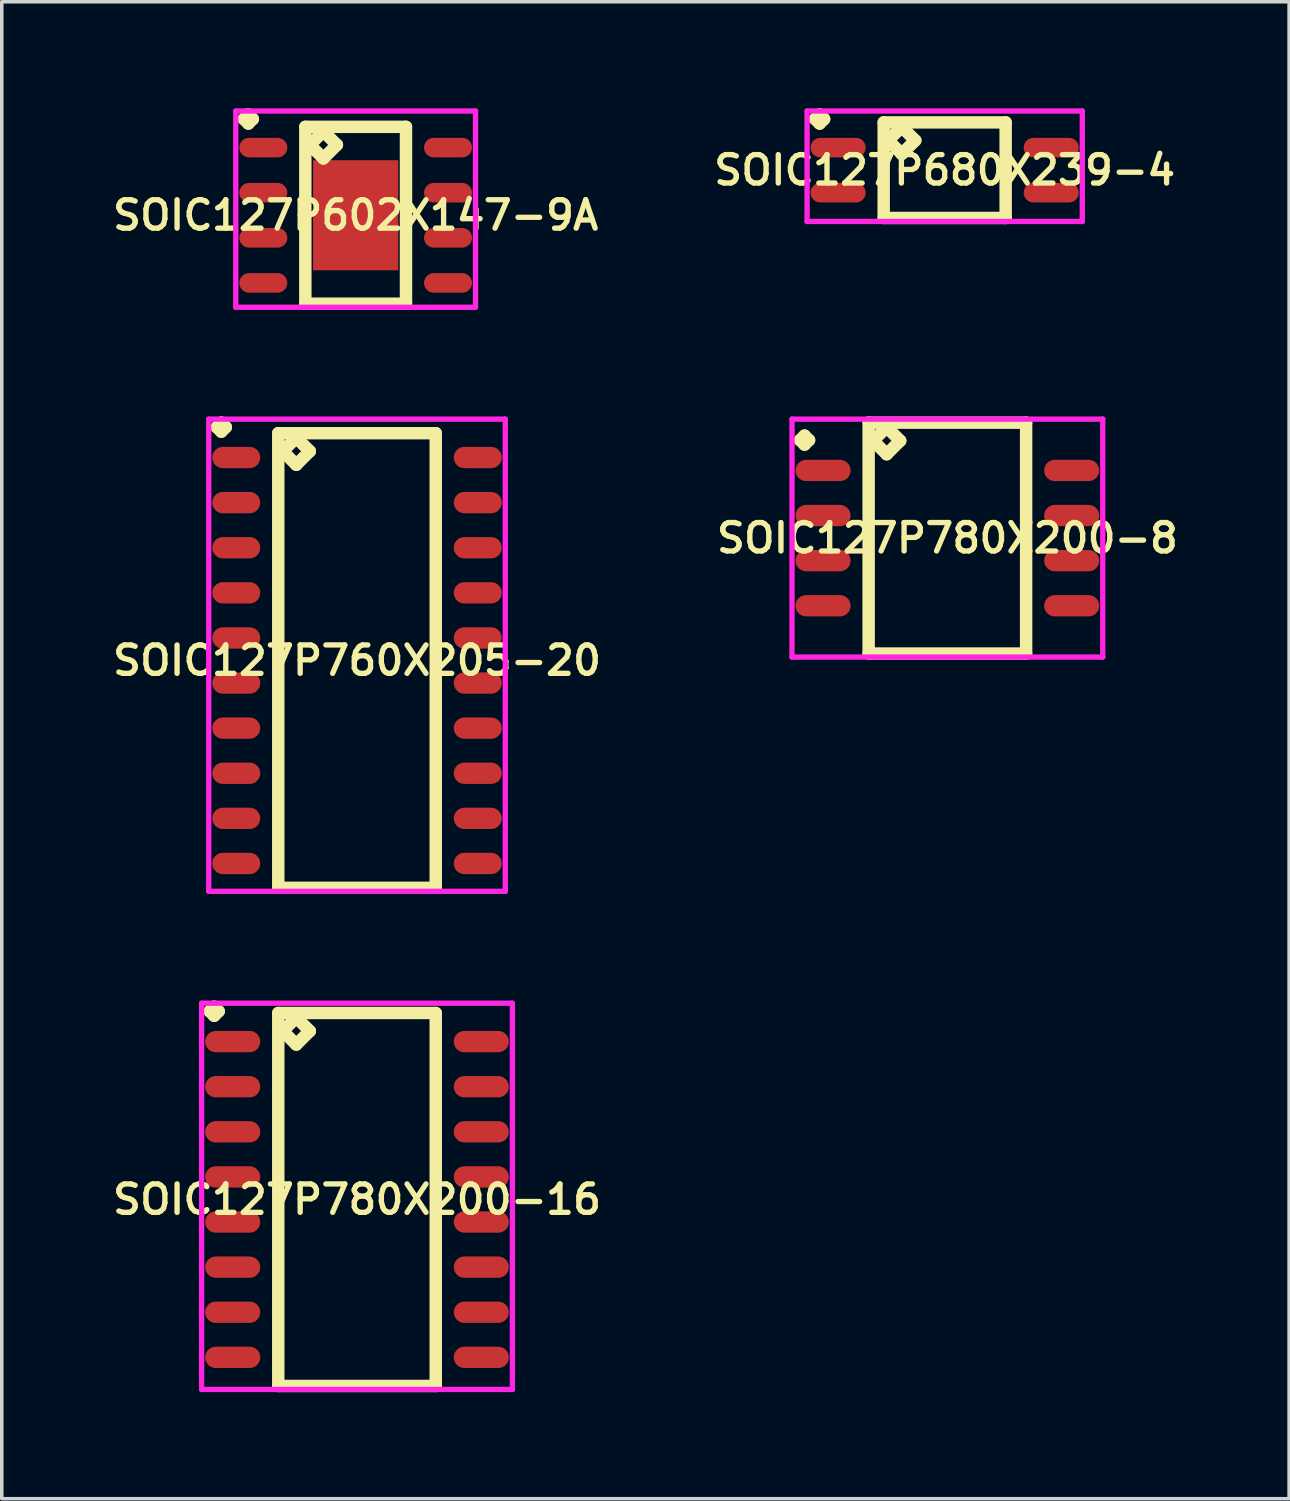
<source format=kicad_pcb>
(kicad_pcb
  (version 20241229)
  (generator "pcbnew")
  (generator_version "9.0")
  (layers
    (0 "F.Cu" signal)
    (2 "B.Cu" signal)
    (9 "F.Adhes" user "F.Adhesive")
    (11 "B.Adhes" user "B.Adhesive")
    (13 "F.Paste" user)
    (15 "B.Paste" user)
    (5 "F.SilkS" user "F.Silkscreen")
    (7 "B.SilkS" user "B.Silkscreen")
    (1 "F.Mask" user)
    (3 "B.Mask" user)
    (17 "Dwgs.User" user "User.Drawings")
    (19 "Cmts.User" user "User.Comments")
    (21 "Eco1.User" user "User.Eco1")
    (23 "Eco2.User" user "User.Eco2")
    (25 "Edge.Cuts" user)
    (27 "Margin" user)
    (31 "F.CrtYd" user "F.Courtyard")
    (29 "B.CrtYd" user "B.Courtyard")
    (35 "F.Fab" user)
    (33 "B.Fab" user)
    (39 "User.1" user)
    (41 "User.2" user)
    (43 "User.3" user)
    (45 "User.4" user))
  (footprint "SOIC127P602X147-9A"
    (layer "F.Cu")
    (at 6.964 3.011)
    (property "Reference" "SOIC127P602X147-9A" (at 0 0 0) (layer "F.SilkS") (effects (font (size 0.8 0.8) (thickness 0.15))))
    (attr through_hole)
    (fp_line (start -3.148 -2.709) (end -3.021 -2.836) (stroke (width 0.35) (type solid)) (layer "F.SilkS"))
    (fp_line (start -3.021 -2.836) (end -2.894 -2.709) (stroke (width 0.35) (type solid)) (layer "F.SilkS"))
    (fp_line (start -3.021 -2.582) (end -3.148 -2.709) (stroke (width 0.35) (type solid)) (layer "F.SilkS"))
    (fp_line (start -2.894 -2.709) (end -3.021 -2.582) (stroke (width 0.35) (type solid)) (layer "F.SilkS"))
    (fp_line (start -1.417 -2.49) (end -1.417 2.49) (stroke (width 0.35) (type solid)) (layer "F.SilkS"))
    (fp_line (start -1.417 2.49) (end 1.417 2.49) (stroke (width 0.35) (type solid)) (layer "F.SilkS"))
    (fp_line (start -1.29 -1.982) (end -0.909 -2.363) (stroke (width 0.35) (type solid)) (layer "F.SilkS"))
    (fp_line (start -0.909 -2.363) (end -0.528 -1.982) (stroke (width 0.35) (type solid)) (layer "F.SilkS"))
    (fp_line (start -0.909 -1.601) (end -1.29 -1.982) (stroke (width 0.35) (type solid)) (layer "F.SilkS"))
    (fp_line (start -0.528 -1.982) (end -0.909 -1.601) (stroke (width 0.35) (type solid)) (layer "F.SilkS"))
    (fp_line (start 1.417 -2.49) (end -1.417 -2.49) (stroke (width 0.35) (type solid)) (layer "F.SilkS"))
    (fp_line (start 1.417 2.49) (end 1.417 -2.49) (stroke (width 0.35) (type solid)) (layer "F.SilkS"))
    (fp_line (start -3.375 -2.936) (end 3.375 -2.936) (stroke (width 0.15) (type solid)) (layer "F.CrtYd"))
    (fp_line (start -3.375 2.59) (end -3.375 -2.936) (stroke (width 0.15) (type solid)) (layer "F.CrtYd"))
    (fp_line (start 3.375 -2.936) (end 3.375 2.59) (stroke (width 0.15) (type solid)) (layer "F.CrtYd"))
    (fp_line (start 3.375 2.59) (end -3.375 2.59) (stroke (width 0.15) (type solid)) (layer "F.CrtYd"))
    (pad "1" smd oval (at -2.6 -1.905) (size 1.35 0.55) (layers "F.Cu" "F.Mask" "F.Paste"))
    (pad "2" smd oval (at -2.6 -0.635) (size 1.35 0.55) (layers "F.Cu" "F.Mask" "F.Paste"))
    (pad "3" smd oval (at -2.6 0.635) (size 1.35 0.55) (layers "F.Cu" "F.Mask" "F.Paste"))
    (pad "4" smd oval (at -2.6 1.905) (size 1.35 0.55) (layers "F.Cu" "F.Mask" "F.Paste"))
    (pad "5" smd oval (at 2.6 1.905) (size 1.35 0.55) (layers "F.Cu" "F.Mask" "F.Paste"))
    (pad "6" smd oval (at 2.6 0.635) (size 1.35 0.55) (layers "F.Cu" "F.Mask" "F.Paste"))
    (pad "7" smd oval (at 2.6 -0.635) (size 1.35 0.55) (layers "F.Cu" "F.Mask" "F.Paste"))
    (pad "8" smd oval (at 2.6 -1.905) (size 1.35 0.55) (layers "F.Cu" "F.Mask" "F.Paste"))
    (pad "9" smd rect (at 0 0) (size 2.4 3.1) (layers "F.Cu" "F.Mask" "F.Paste")))
  (footprint "SOIC127P780X200-16"
    (layer "F.Cu")
    (at 7.002 30.723)
    (property "Reference" "SOIC127P780X200-16" (at 0 0 0) (layer "F.SilkS") (effects (font (size 0.8 0.8) (thickness 0.15))))
    (attr through_hole)
    (fp_line (start -4.148 -5.299) (end -4.021 -5.426) (stroke (width 0.35) (type solid)) (layer "F.SilkS"))
    (fp_line (start -4.021 -5.426) (end -3.894 -5.299) (stroke (width 0.35) (type solid)) (layer "F.SilkS"))
    (fp_line (start -4.021 -5.172) (end -4.148 -5.299) (stroke (width 0.35) (type solid)) (layer "F.SilkS"))
    (fp_line (start -3.894 -5.299) (end -4.021 -5.172) (stroke (width 0.35) (type solid)) (layer "F.SilkS"))
    (fp_line (start -2.217 -5.25) (end -2.217 5.25) (stroke (width 0.35) (type solid)) (layer "F.SilkS"))
    (fp_line (start -2.217 5.25) (end 2.217 5.25) (stroke (width 0.35) (type solid)) (layer "F.SilkS"))
    (fp_line (start -2.09 -4.742) (end -1.709 -5.123) (stroke (width 0.35) (type solid)) (layer "F.SilkS"))
    (fp_line (start -1.709 -5.123) (end -1.328 -4.742) (stroke (width 0.35) (type solid)) (layer "F.SilkS"))
    (fp_line (start -1.709 -4.361) (end -2.09 -4.742) (stroke (width 0.35) (type solid)) (layer "F.SilkS"))
    (fp_line (start -1.328 -4.742) (end -1.709 -4.361) (stroke (width 0.35) (type solid)) (layer "F.SilkS"))
    (fp_line (start 2.217 -5.25) (end -2.217 -5.25) (stroke (width 0.35) (type solid)) (layer "F.SilkS"))
    (fp_line (start 2.217 5.25) (end 2.217 -5.25) (stroke (width 0.35) (type solid)) (layer "F.SilkS"))
    (fp_line (start -4.375 -5.526) (end 4.375 -5.526) (stroke (width 0.15) (type solid)) (layer "F.CrtYd"))
    (fp_line (start -4.375 5.35) (end -4.375 -5.526) (stroke (width 0.15) (type solid)) (layer "F.CrtYd"))
    (fp_line (start 4.375 -5.526) (end 4.375 5.35) (stroke (width 0.15) (type solid)) (layer "F.CrtYd"))
    (fp_line (start 4.375 5.35) (end -4.375 5.35) (stroke (width 0.15) (type solid)) (layer "F.CrtYd"))
    (pad "1" smd oval (at -3.5 -4.445) (size 1.55 0.6) (layers "F.Cu" "F.Mask" "F.Paste"))
    (pad "2" smd oval (at -3.5 -3.175) (size 1.55 0.6) (layers "F.Cu" "F.Mask" "F.Paste"))
    (pad "3" smd oval (at -3.5 -1.905) (size 1.55 0.6) (layers "F.Cu" "F.Mask" "F.Paste"))
    (pad "4" smd oval (at -3.5 -0.635) (size 1.55 0.6) (layers "F.Cu" "F.Mask" "F.Paste"))
    (pad "5" smd oval (at -3.5 0.635) (size 1.55 0.6) (layers "F.Cu" "F.Mask" "F.Paste"))
    (pad "6" smd oval (at -3.5 1.905) (size 1.55 0.6) (layers "F.Cu" "F.Mask" "F.Paste"))
    (pad "7" smd oval (at -3.5 3.175) (size 1.55 0.6) (layers "F.Cu" "F.Mask" "F.Paste"))
    (pad "8" smd oval (at -3.5 4.445) (size 1.55 0.6) (layers "F.Cu" "F.Mask" "F.Paste"))
    (pad "9" smd oval (at 3.5 4.445) (size 1.55 0.6) (layers "F.Cu" "F.Mask" "F.Paste"))
    (pad "10" smd oval (at 3.5 3.175) (size 1.55 0.6) (layers "F.Cu" "F.Mask" "F.Paste"))
    (pad "11" smd oval (at 3.5 1.905) (size 1.55 0.6) (layers "F.Cu" "F.Mask" "F.Paste"))
    (pad "12" smd oval (at 3.5 0.635) (size 1.55 0.6) (layers "F.Cu" "F.Mask" "F.Paste"))
    (pad "13" smd oval (at 3.5 -0.635) (size 1.55 0.6) (layers "F.Cu" "F.Mask" "F.Paste"))
    (pad "14" smd oval (at 3.5 -1.905) (size 1.55 0.6) (layers "F.Cu" "F.Mask" "F.Paste"))
    (pad "15" smd oval (at 3.5 -3.175) (size 1.55 0.6) (layers "F.Cu" "F.Mask" "F.Paste"))
    (pad "16" smd oval (at 3.5 -4.445) (size 1.55 0.6) (layers "F.Cu" "F.Mask" "F.Paste")))
  (footprint "SOIC127P780X200-8"
    (layer "F.Cu")
    (at 23.625 12.101)
    (property "Reference" "SOIC127P780X200-8" (at 0 0 0) (layer "F.SilkS") (effects (font (size 0.8 0.8) (thickness 0.15))))
    (attr through_hole)
    (fp_line (start -4.148 -2.759) (end -4.021 -2.886) (stroke (width 0.35) (type solid)) (layer "F.SilkS"))
    (fp_line (start -4.021 -2.886) (end -3.894 -2.759) (stroke (width 0.35) (type solid)) (layer "F.SilkS"))
    (fp_line (start -4.021 -2.632) (end -4.148 -2.759) (stroke (width 0.35) (type solid)) (layer "F.SilkS"))
    (fp_line (start -3.894 -2.759) (end -4.021 -2.632) (stroke (width 0.35) (type solid)) (layer "F.SilkS"))
    (fp_line (start -2.217 -3.25) (end -2.217 3.25) (stroke (width 0.35) (type solid)) (layer "F.SilkS"))
    (fp_line (start -2.217 3.25) (end 2.217 3.25) (stroke (width 0.35) (type solid)) (layer "F.SilkS"))
    (fp_line (start -2.09 -2.742) (end -1.709 -3.123) (stroke (width 0.35) (type solid)) (layer "F.SilkS"))
    (fp_line (start -1.709 -3.123) (end -1.328 -2.742) (stroke (width 0.35) (type solid)) (layer "F.SilkS"))
    (fp_line (start -1.709 -2.361) (end -2.09 -2.742) (stroke (width 0.35) (type solid)) (layer "F.SilkS"))
    (fp_line (start -1.328 -2.742) (end -1.709 -2.361) (stroke (width 0.35) (type solid)) (layer "F.SilkS"))
    (fp_line (start 2.217 -3.25) (end -2.217 -3.25) (stroke (width 0.35) (type solid)) (layer "F.SilkS"))
    (fp_line (start 2.217 3.25) (end 2.217 -3.25) (stroke (width 0.35) (type solid)) (layer "F.SilkS"))
    (fp_line (start -4.375 -3.35) (end 4.375 -3.35) (stroke (width 0.15) (type solid)) (layer "F.CrtYd"))
    (fp_line (start -4.375 3.35) (end -4.375 -3.35) (stroke (width 0.15) (type solid)) (layer "F.CrtYd"))
    (fp_line (start 4.375 -3.35) (end 4.375 3.35) (stroke (width 0.15) (type solid)) (layer "F.CrtYd"))
    (fp_line (start 4.375 3.35) (end -4.375 3.35) (stroke (width 0.15) (type solid)) (layer "F.CrtYd"))
    (pad "1" smd oval (at -3.5 -1.905) (size 1.55 0.6) (layers "F.Cu" "F.Mask" "F.Paste"))
    (pad "2" smd oval (at -3.5 -0.635) (size 1.55 0.6) (layers "F.Cu" "F.Mask" "F.Paste"))
    (pad "3" smd oval (at -3.5 0.635) (size 1.55 0.6) (layers "F.Cu" "F.Mask" "F.Paste"))
    (pad "4" smd oval (at -3.5 1.905) (size 1.55 0.6) (layers "F.Cu" "F.Mask" "F.Paste"))
    (pad "5" smd oval (at 3.5 1.905) (size 1.55 0.6) (layers "F.Cu" "F.Mask" "F.Paste"))
    (pad "6" smd oval (at 3.5 0.635) (size 1.55 0.6) (layers "F.Cu" "F.Mask" "F.Paste"))
    (pad "7" smd oval (at 3.5 -0.635) (size 1.55 0.6) (layers "F.Cu" "F.Mask" "F.Paste"))
    (pad "8" smd oval (at 3.5 -1.905) (size 1.55 0.6) (layers "F.Cu" "F.Mask" "F.Paste")))
  (footprint "SOIC127P680X239-4"
    (layer "F.Cu")
    (at 23.549 1.741)
    (property "Reference" "SOIC127P680X239-4" (at 0 0 0) (layer "F.SilkS") (effects (font (size 0.8 0.8) (thickness 0.15))))
    (attr smd)
    (fp_line (start -3.648 -1.439) (end -3.521 -1.566) (stroke (width 0.35) (type solid)) (layer "F.SilkS"))
    (fp_line (start -3.521 -1.566) (end -3.394 -1.439) (stroke (width 0.35) (type solid)) (layer "F.SilkS"))
    (fp_line (start -3.521 -1.312) (end -3.648 -1.439) (stroke (width 0.35) (type solid)) (layer "F.SilkS"))
    (fp_line (start -3.394 -1.439) (end -3.521 -1.312) (stroke (width 0.35) (type solid)) (layer "F.SilkS"))
    (fp_line (start -1.717 -1.345) (end -1.717 1.345) (stroke (width 0.35) (type solid)) (layer "F.SilkS"))
    (fp_line (start -1.717 1.345) (end 1.717 1.345) (stroke (width 0.35) (type solid)) (layer "F.SilkS"))
    (fp_line (start -1.59 -0.837) (end -1.209 -1.218) (stroke (width 0.35) (type solid)) (layer "F.SilkS"))
    (fp_line (start -1.209 -1.218) (end -0.828 -0.837) (stroke (width 0.35) (type solid)) (layer "F.SilkS"))
    (fp_line (start -1.209 -0.456) (end -1.59 -0.837) (stroke (width 0.35) (type solid)) (layer "F.SilkS"))
    (fp_line (start -0.828 -0.837) (end -1.209 -0.456) (stroke (width 0.35) (type solid)) (layer "F.SilkS"))
    (fp_line (start 1.717 -1.345) (end -1.717 -1.345) (stroke (width 0.35) (type solid)) (layer "F.SilkS"))
    (fp_line (start 1.717 1.345) (end 1.717 -1.345) (stroke (width 0.35) (type solid)) (layer "F.SilkS"))
    (fp_line (start -3.875 -1.666) (end 3.875 -1.666) (stroke (width 0.15) (type solid)) (layer "F.CrtYd"))
    (fp_line (start -3.875 1.445) (end -3.875 -1.666) (stroke (width 0.15) (type solid)) (layer "F.CrtYd"))
    (fp_line (start 3.875 -1.666) (end 3.875 1.445) (stroke (width 0.15) (type solid)) (layer "F.CrtYd"))
    (fp_line (start 3.875 1.445) (end -3.875 1.445) (stroke (width 0.15) (type solid)) (layer "F.CrtYd"))
    (pad "1" smd oval (at -3 -0.635) (size 1.55 0.55) (layers "F.Cu" "F.Mask" "F.Paste"))
    (pad "2" smd oval (at -3 0.635) (size 1.55 0.55) (layers "F.Cu" "F.Mask" "F.Paste"))
    (pad "3" smd oval (at 3 0.635) (size 1.55 0.55) (layers "F.Cu" "F.Mask" "F.Paste"))
    (pad "4" smd oval (at 3 -0.635) (size 1.55 0.55) (layers "F.Cu" "F.Mask" "F.Paste")))
  (footprint "SOIC127P760X205-20"
    (layer "F.Cu")
    (at 7.002 15.547)
    (property "Reference" "SOIC127P760X205-20" (at 0 0 0) (layer "F.SilkS") (effects (font (size 0.8 0.8) (thickness 0.15))))
    (attr through_hole)
    (fp_line (start -3.948 -6.569) (end -3.821 -6.696) (stroke (width 0.35) (type solid)) (layer "F.SilkS"))
    (fp_line (start -3.821 -6.696) (end -3.694 -6.569) (stroke (width 0.35) (type solid)) (layer "F.SilkS"))
    (fp_line (start -3.821 -6.442) (end -3.948 -6.569) (stroke (width 0.35) (type solid)) (layer "F.SilkS"))
    (fp_line (start -3.694 -6.569) (end -3.821 -6.442) (stroke (width 0.35) (type solid)) (layer "F.SilkS"))
    (fp_line (start -2.217 -6.4) (end -2.217 6.4) (stroke (width 0.35) (type solid)) (layer "F.SilkS"))
    (fp_line (start -2.217 6.4) (end 2.217 6.4) (stroke (width 0.35) (type solid)) (layer "F.SilkS"))
    (fp_line (start -2.09 -5.892) (end -1.709 -6.273) (stroke (width 0.35) (type solid)) (layer "F.SilkS"))
    (fp_line (start -1.709 -6.273) (end -1.328 -5.892) (stroke (width 0.35) (type solid)) (layer "F.SilkS"))
    (fp_line (start -1.709 -5.511) (end -2.09 -5.892) (stroke (width 0.35) (type solid)) (layer "F.SilkS"))
    (fp_line (start -1.328 -5.892) (end -1.709 -5.511) (stroke (width 0.35) (type solid)) (layer "F.SilkS"))
    (fp_line (start 2.217 -6.4) (end -2.217 -6.4) (stroke (width 0.35) (type solid)) (layer "F.SilkS"))
    (fp_line (start 2.217 6.4) (end 2.217 -6.4) (stroke (width 0.35) (type solid)) (layer "F.SilkS"))
    (fp_line (start -4.175 -6.796) (end 4.175 -6.796) (stroke (width 0.15) (type solid)) (layer "F.CrtYd"))
    (fp_line (start -4.175 6.5) (end -4.175 -6.796) (stroke (width 0.15) (type solid)) (layer "F.CrtYd"))
    (fp_line (start 4.175 -6.796) (end 4.175 6.5) (stroke (width 0.15) (type solid)) (layer "F.CrtYd"))
    (fp_line (start 4.175 6.5) (end -4.175 6.5) (stroke (width 0.15) (type solid)) (layer "F.CrtYd"))
    (pad "1" smd oval (at -3.4 -5.715) (size 1.35 0.6) (layers "F.Cu" "F.Mask" "F.Paste"))
    (pad "2" smd oval (at -3.4 -4.445) (size 1.35 0.6) (layers "F.Cu" "F.Mask" "F.Paste"))
    (pad "3" smd oval (at -3.4 -3.175) (size 1.35 0.6) (layers "F.Cu" "F.Mask" "F.Paste"))
    (pad "4" smd oval (at -3.4 -1.905) (size 1.35 0.6) (layers "F.Cu" "F.Mask" "F.Paste"))
    (pad "5" smd oval (at -3.4 -0.635) (size 1.35 0.6) (layers "F.Cu" "F.Mask" "F.Paste"))
    (pad "6" smd oval (at -3.4 0.635) (size 1.35 0.6) (layers "F.Cu" "F.Mask" "F.Paste"))
    (pad "7" smd oval (at -3.4 1.905) (size 1.35 0.6) (layers "F.Cu" "F.Mask" "F.Paste"))
    (pad "8" smd oval (at -3.4 3.175) (size 1.35 0.6) (layers "F.Cu" "F.Mask" "F.Paste"))
    (pad "9" smd oval (at -3.4 4.445) (size 1.35 0.6) (layers "F.Cu" "F.Mask" "F.Paste"))
    (pad "10" smd oval (at -3.4 5.715) (size 1.35 0.6) (layers "F.Cu" "F.Mask" "F.Paste"))
    (pad "11" smd oval (at 3.4 5.715) (size 1.35 0.6) (layers "F.Cu" "F.Mask" "F.Paste"))
    (pad "12" smd oval (at 3.4 4.445) (size 1.35 0.6) (layers "F.Cu" "F.Mask" "F.Paste"))
    (pad "13" smd oval (at 3.4 3.175) (size 1.35 0.6) (layers "F.Cu" "F.Mask" "F.Paste"))
    (pad "14" smd oval (at 3.4 1.905) (size 1.35 0.6) (layers "F.Cu" "F.Mask" "F.Paste"))
    (pad "15" smd oval (at 3.4 0.635) (size 1.35 0.6) (layers "F.Cu" "F.Mask" "F.Paste"))
    (pad "16" smd oval (at 3.4 -0.635) (size 1.35 0.6) (layers "F.Cu" "F.Mask" "F.Paste"))
    (pad "17" smd oval (at 3.4 -1.905) (size 1.35 0.6) (layers "F.Cu" "F.Mask" "F.Paste"))
    (pad "18" smd oval (at 3.4 -3.175) (size 1.35 0.6) (layers "F.Cu" "F.Mask" "F.Paste"))
    (pad "19" smd oval (at 3.4 -4.445) (size 1.35 0.6) (layers "F.Cu" "F.Mask" "F.Paste"))
    (pad "20" smd oval (at 3.4 -5.715) (size 1.35 0.6) (layers "F.Cu" "F.Mask" "F.Paste")))
  (gr_rect
    (start -3 -3)
    (end 33.247 39.148)
    (stroke (width 0.1) (type default))
    (fill no)
    (layer "Edge.Cuts")))
</source>
